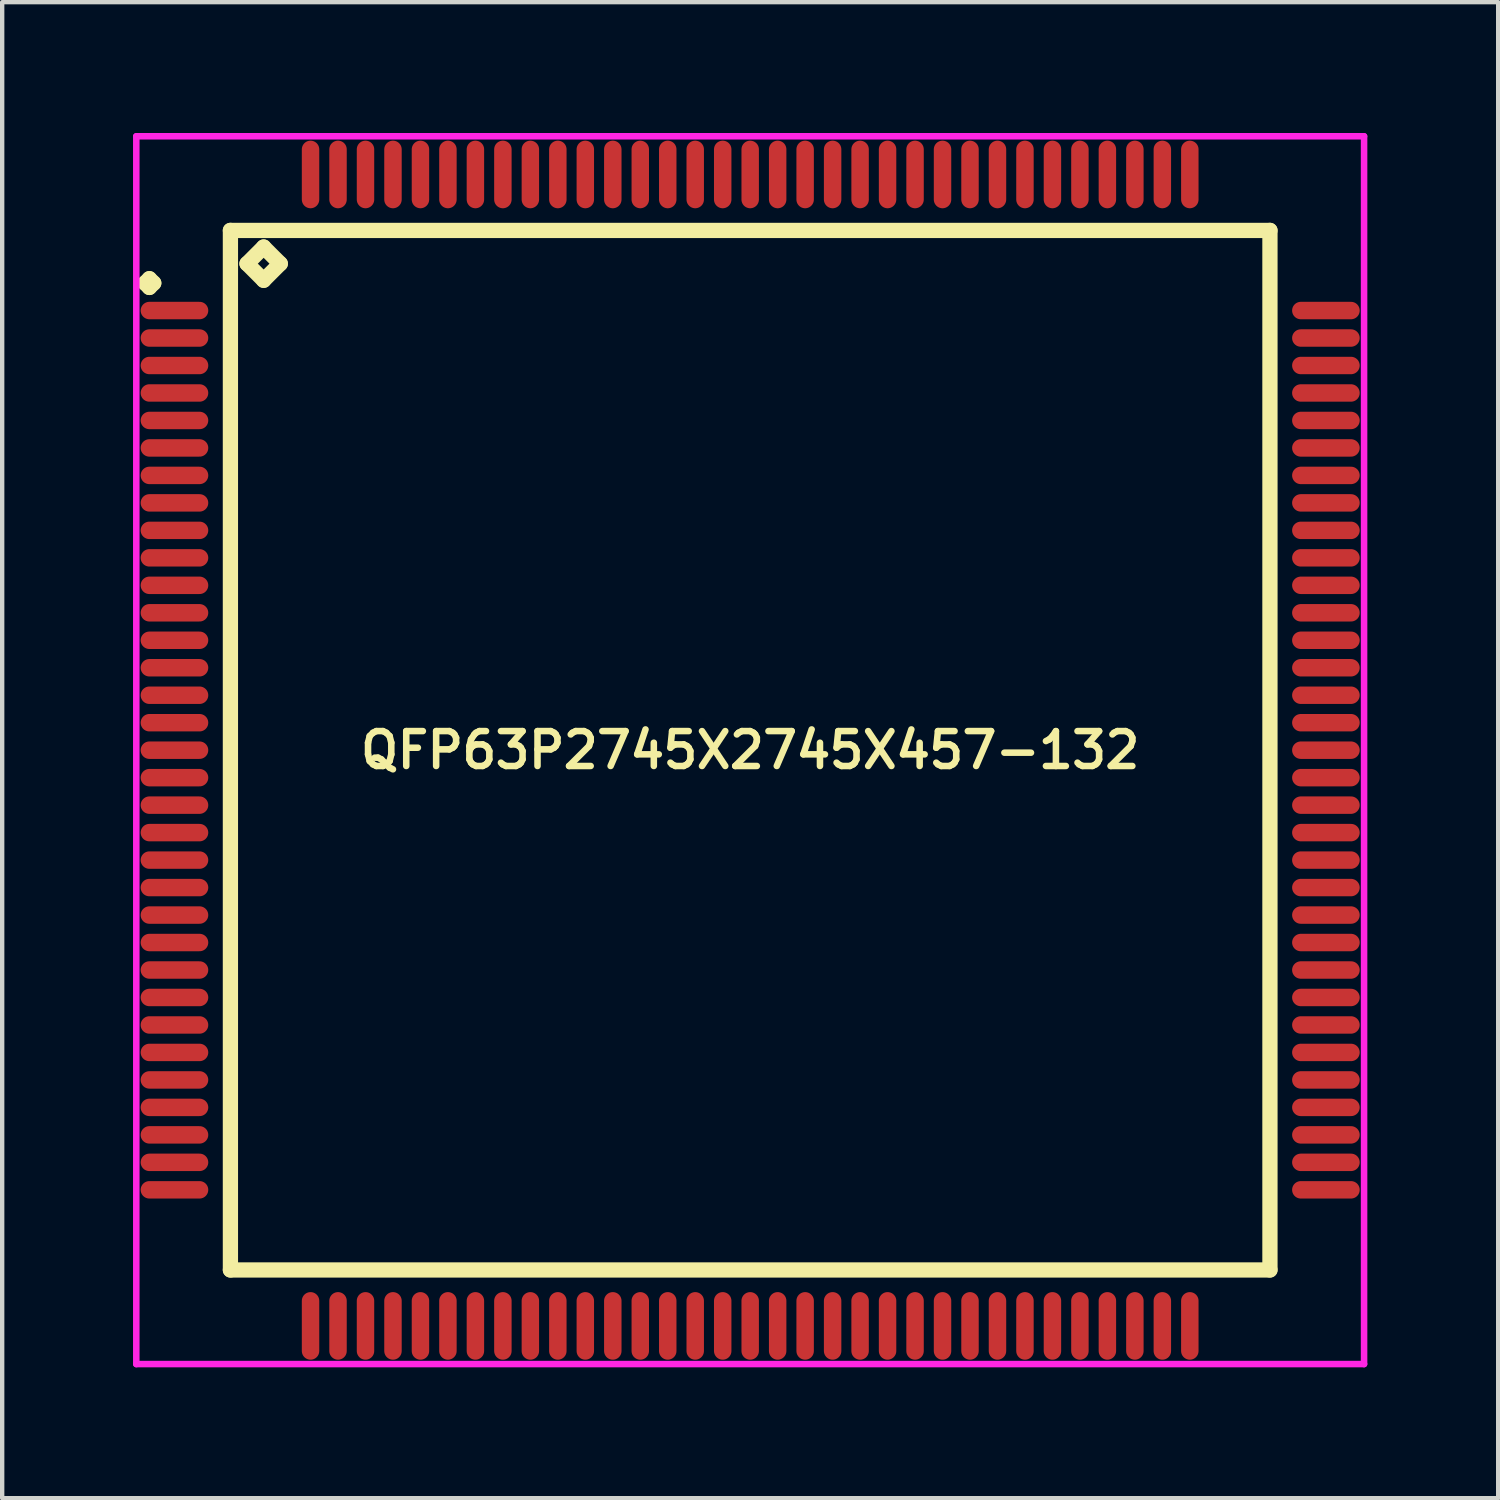
<source format=kicad_pcb>
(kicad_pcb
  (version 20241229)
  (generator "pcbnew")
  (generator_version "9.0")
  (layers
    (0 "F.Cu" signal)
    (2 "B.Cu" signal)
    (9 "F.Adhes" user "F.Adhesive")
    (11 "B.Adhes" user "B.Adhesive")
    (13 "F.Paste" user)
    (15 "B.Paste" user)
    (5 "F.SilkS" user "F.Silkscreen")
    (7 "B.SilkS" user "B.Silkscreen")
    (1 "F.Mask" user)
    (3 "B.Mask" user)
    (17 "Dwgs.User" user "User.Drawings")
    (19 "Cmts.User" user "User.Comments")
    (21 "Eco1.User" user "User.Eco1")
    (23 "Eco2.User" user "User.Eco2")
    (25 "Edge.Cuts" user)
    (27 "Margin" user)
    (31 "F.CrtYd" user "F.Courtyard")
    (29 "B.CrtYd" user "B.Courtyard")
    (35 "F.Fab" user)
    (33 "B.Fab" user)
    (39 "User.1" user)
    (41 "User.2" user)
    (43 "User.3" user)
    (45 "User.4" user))
  (footprint "QFP63P2745X2745X457-132"
    (layer "F.Cu")
    (at 14.15 14.15)
    (property "Reference" "QFP63P2745X2745X457-132" (at 0 0 0) (layer "F.SilkS") (effects (font (size 0.8 0.8) (thickness 0.15))))
    (attr through_hole)
    (fp_line (start -13.875 -10.71) (end -13.775 -10.81) (stroke (width 0.35) (type solid)) (layer "F.SilkS"))
    (fp_line (start -13.775 -10.81) (end -13.675 -10.71) (stroke (width 0.35) (type solid)) (layer "F.SilkS"))
    (fp_line (start -13.775 -10.61) (end -13.875 -10.71) (stroke (width 0.35) (type solid)) (layer "F.SilkS"))
    (fp_line (start -13.675 -10.71) (end -13.775 -10.61) (stroke (width 0.35) (type solid)) (layer "F.SilkS"))
    (fp_line (start -11.917 -11.917) (end -11.917 11.917) (stroke (width 0.35) (type solid)) (layer "F.SilkS"))
    (fp_line (start -11.917 11.917) (end 11.917 11.917) (stroke (width 0.35) (type solid)) (layer "F.SilkS"))
    (fp_line (start -11.536 -11.155) (end -11.155 -11.536) (stroke (width 0.35) (type solid)) (layer "F.SilkS"))
    (fp_line (start -11.155 -11.536) (end -10.774 -11.155) (stroke (width 0.35) (type solid)) (layer "F.SilkS"))
    (fp_line (start -11.155 -10.774) (end -11.536 -11.155) (stroke (width 0.35) (type solid)) (layer "F.SilkS"))
    (fp_line (start -10.774 -11.155) (end -11.155 -10.774) (stroke (width 0.35) (type solid)) (layer "F.SilkS"))
    (fp_line (start 11.917 -11.917) (end -11.917 -11.917) (stroke (width 0.35) (type solid)) (layer "F.SilkS"))
    (fp_line (start 11.917 11.917) (end 11.917 -11.917) (stroke (width 0.35) (type solid)) (layer "F.SilkS"))
    (fp_line (start -14.075 -14.075) (end 14.075 -14.075) (stroke (width 0.15) (type solid)) (layer "F.CrtYd"))
    (fp_line (start -14.075 14.075) (end -14.075 -14.075) (stroke (width 0.15) (type solid)) (layer "F.CrtYd"))
    (fp_line (start 14.075 -14.075) (end 14.075 14.075) (stroke (width 0.15) (type solid)) (layer "F.CrtYd"))
    (fp_line (start 14.075 14.075) (end -14.075 14.075) (stroke (width 0.15) (type solid)) (layer "F.CrtYd"))
    (pad "1" smd oval (at -13.2 -10.08) (size 1.55 0.4) (layers "F.Cu" "F.Mask" "F.Paste"))
    (pad "2" smd oval (at -13.2 -9.45) (size 1.55 0.4) (layers "F.Cu" "F.Mask" "F.Paste"))
    (pad "3" smd oval (at -13.2 -8.82) (size 1.55 0.4) (layers "F.Cu" "F.Mask" "F.Paste"))
    (pad "4" smd oval (at -13.2 -8.19) (size 1.55 0.4) (layers "F.Cu" "F.Mask" "F.Paste"))
    (pad "5" smd oval (at -13.2 -7.56) (size 1.55 0.4) (layers "F.Cu" "F.Mask" "F.Paste"))
    (pad "6" smd oval (at -13.2 -6.93) (size 1.55 0.4) (layers "F.Cu" "F.Mask" "F.Paste"))
    (pad "7" smd oval (at -13.2 -6.3) (size 1.55 0.4) (layers "F.Cu" "F.Mask" "F.Paste"))
    (pad "8" smd oval (at -13.2 -5.67) (size 1.55 0.4) (layers "F.Cu" "F.Mask" "F.Paste"))
    (pad "9" smd oval (at -13.2 -5.04) (size 1.55 0.4) (layers "F.Cu" "F.Mask" "F.Paste"))
    (pad "10" smd oval (at -13.2 -4.41) (size 1.55 0.4) (layers "F.Cu" "F.Mask" "F.Paste"))
    (pad "11" smd oval (at -13.2 -3.78) (size 1.55 0.4) (layers "F.Cu" "F.Mask" "F.Paste"))
    (pad "12" smd oval (at -13.2 -3.15) (size 1.55 0.4) (layers "F.Cu" "F.Mask" "F.Paste"))
    (pad "13" smd oval (at -13.2 -2.52) (size 1.55 0.4) (layers "F.Cu" "F.Mask" "F.Paste"))
    (pad "14" smd oval (at -13.2 -1.89) (size 1.55 0.4) (layers "F.Cu" "F.Mask" "F.Paste"))
    (pad "15" smd oval (at -13.2 -1.26) (size 1.55 0.4) (layers "F.Cu" "F.Mask" "F.Paste"))
    (pad "16" smd oval (at -13.2 -0.63) (size 1.55 0.4) (layers "F.Cu" "F.Mask" "F.Paste"))
    (pad "17" smd oval (at -13.2 0) (size 1.55 0.4) (layers "F.Cu" "F.Mask" "F.Paste"))
    (pad "18" smd oval (at -13.2 0.63) (size 1.55 0.4) (layers "F.Cu" "F.Mask" "F.Paste"))
    (pad "19" smd oval (at -13.2 1.26) (size 1.55 0.4) (layers "F.Cu" "F.Mask" "F.Paste"))
    (pad "20" smd oval (at -13.2 1.89) (size 1.55 0.4) (layers "F.Cu" "F.Mask" "F.Paste"))
    (pad "21" smd oval (at -13.2 2.52) (size 1.55 0.4) (layers "F.Cu" "F.Mask" "F.Paste"))
    (pad "22" smd oval (at -13.2 3.15) (size 1.55 0.4) (layers "F.Cu" "F.Mask" "F.Paste"))
    (pad "23" smd oval (at -13.2 3.78) (size 1.55 0.4) (layers "F.Cu" "F.Mask" "F.Paste"))
    (pad "24" smd oval (at -13.2 4.41) (size 1.55 0.4) (layers "F.Cu" "F.Mask" "F.Paste"))
    (pad "25" smd oval (at -13.2 5.04) (size 1.55 0.4) (layers "F.Cu" "F.Mask" "F.Paste"))
    (pad "26" smd oval (at -13.2 5.67) (size 1.55 0.4) (layers "F.Cu" "F.Mask" "F.Paste"))
    (pad "27" smd oval (at -13.2 6.3) (size 1.55 0.4) (layers "F.Cu" "F.Mask" "F.Paste"))
    (pad "28" smd oval (at -13.2 6.93) (size 1.55 0.4) (layers "F.Cu" "F.Mask" "F.Paste"))
    (pad "29" smd oval (at -13.2 7.56) (size 1.55 0.4) (layers "F.Cu" "F.Mask" "F.Paste"))
    (pad "30" smd oval (at -13.2 8.19) (size 1.55 0.4) (layers "F.Cu" "F.Mask" "F.Paste"))
    (pad "31" smd oval (at -13.2 8.82) (size 1.55 0.4) (layers "F.Cu" "F.Mask" "F.Paste"))
    (pad "32" smd oval (at -13.2 9.45) (size 1.55 0.4) (layers "F.Cu" "F.Mask" "F.Paste"))
    (pad "33" smd oval (at -13.2 10.08) (size 1.55 0.4) (layers "F.Cu" "F.Mask" "F.Paste"))
    (pad "34" smd oval (at -10.08 13.2) (size 0.4 1.55) (layers "F.Cu" "F.Mask" "F.Paste"))
    (pad "35" smd oval (at -9.45 13.2) (size 0.4 1.55) (layers "F.Cu" "F.Mask" "F.Paste"))
    (pad "36" smd oval (at -8.82 13.2) (size 0.4 1.55) (layers "F.Cu" "F.Mask" "F.Paste"))
    (pad "37" smd oval (at -8.19 13.2) (size 0.4 1.55) (layers "F.Cu" "F.Mask" "F.Paste"))
    (pad "38" smd oval (at -7.56 13.2) (size 0.4 1.55) (layers "F.Cu" "F.Mask" "F.Paste"))
    (pad "39" smd oval (at -6.93 13.2) (size 0.4 1.55) (layers "F.Cu" "F.Mask" "F.Paste"))
    (pad "40" smd oval (at -6.3 13.2) (size 0.4 1.55) (layers "F.Cu" "F.Mask" "F.Paste"))
    (pad "41" smd oval (at -5.67 13.2) (size 0.4 1.55) (layers "F.Cu" "F.Mask" "F.Paste"))
    (pad "42" smd oval (at -5.04 13.2) (size 0.4 1.55) (layers "F.Cu" "F.Mask" "F.Paste"))
    (pad "43" smd oval (at -4.41 13.2) (size 0.4 1.55) (layers "F.Cu" "F.Mask" "F.Paste"))
    (pad "44" smd oval (at -3.78 13.2) (size 0.4 1.55) (layers "F.Cu" "F.Mask" "F.Paste"))
    (pad "45" smd oval (at -3.15 13.2) (size 0.4 1.55) (layers "F.Cu" "F.Mask" "F.Paste"))
    (pad "46" smd oval (at -2.52 13.2) (size 0.4 1.55) (layers "F.Cu" "F.Mask" "F.Paste"))
    (pad "47" smd oval (at -1.89 13.2) (size 0.4 1.55) (layers "F.Cu" "F.Mask" "F.Paste"))
    (pad "48" smd oval (at -1.26 13.2) (size 0.4 1.55) (layers "F.Cu" "F.Mask" "F.Paste"))
    (pad "49" smd oval (at -0.63 13.2) (size 0.4 1.55) (layers "F.Cu" "F.Mask" "F.Paste"))
    (pad "50" smd oval (at 0 13.2) (size 0.4 1.55) (layers "F.Cu" "F.Mask" "F.Paste"))
    (pad "51" smd oval (at 0.63 13.2) (size 0.4 1.55) (layers "F.Cu" "F.Mask" "F.Paste"))
    (pad "52" smd oval (at 1.26 13.2) (size 0.4 1.55) (layers "F.Cu" "F.Mask" "F.Paste"))
    (pad "53" smd oval (at 1.89 13.2) (size 0.4 1.55) (layers "F.Cu" "F.Mask" "F.Paste"))
    (pad "54" smd oval (at 2.52 13.2) (size 0.4 1.55) (layers "F.Cu" "F.Mask" "F.Paste"))
    (pad "55" smd oval (at 3.15 13.2) (size 0.4 1.55) (layers "F.Cu" "F.Mask" "F.Paste"))
    (pad "56" smd oval (at 3.78 13.2) (size 0.4 1.55) (layers "F.Cu" "F.Mask" "F.Paste"))
    (pad "57" smd oval (at 4.41 13.2) (size 0.4 1.55) (layers "F.Cu" "F.Mask" "F.Paste"))
    (pad "58" smd oval (at 5.04 13.2) (size 0.4 1.55) (layers "F.Cu" "F.Mask" "F.Paste"))
    (pad "59" smd oval (at 5.67 13.2) (size 0.4 1.55) (layers "F.Cu" "F.Mask" "F.Paste"))
    (pad "60" smd oval (at 6.3 13.2) (size 0.4 1.55) (layers "F.Cu" "F.Mask" "F.Paste"))
    (pad "61" smd oval (at 6.93 13.2) (size 0.4 1.55) (layers "F.Cu" "F.Mask" "F.Paste"))
    (pad "62" smd oval (at 7.56 13.2) (size 0.4 1.55) (layers "F.Cu" "F.Mask" "F.Paste"))
    (pad "63" smd oval (at 8.19 13.2) (size 0.4 1.55) (layers "F.Cu" "F.Mask" "F.Paste"))
    (pad "64" smd oval (at 8.82 13.2) (size 0.4 1.55) (layers "F.Cu" "F.Mask" "F.Paste"))
    (pad "65" smd oval (at 9.45 13.2) (size 0.4 1.55) (layers "F.Cu" "F.Mask" "F.Paste"))
    (pad "66" smd oval (at 10.08 13.2) (size 0.4 1.55) (layers "F.Cu" "F.Mask" "F.Paste"))
    (pad "67" smd oval (at 13.2 10.08) (size 1.55 0.4) (layers "F.Cu" "F.Mask" "F.Paste"))
    (pad "68" smd oval (at 13.2 9.45) (size 1.55 0.4) (layers "F.Cu" "F.Mask" "F.Paste"))
    (pad "69" smd oval (at 13.2 8.82) (size 1.55 0.4) (layers "F.Cu" "F.Mask" "F.Paste"))
    (pad "70" smd oval (at 13.2 8.19) (size 1.55 0.4) (layers "F.Cu" "F.Mask" "F.Paste"))
    (pad "71" smd oval (at 13.2 7.56) (size 1.55 0.4) (layers "F.Cu" "F.Mask" "F.Paste"))
    (pad "72" smd oval (at 13.2 6.93) (size 1.55 0.4) (layers "F.Cu" "F.Mask" "F.Paste"))
    (pad "73" smd oval (at 13.2 6.3) (size 1.55 0.4) (layers "F.Cu" "F.Mask" "F.Paste"))
    (pad "74" smd oval (at 13.2 5.67) (size 1.55 0.4) (layers "F.Cu" "F.Mask" "F.Paste"))
    (pad "75" smd oval (at 13.2 5.04) (size 1.55 0.4) (layers "F.Cu" "F.Mask" "F.Paste"))
    (pad "76" smd oval (at 13.2 4.41) (size 1.55 0.4) (layers "F.Cu" "F.Mask" "F.Paste"))
    (pad "77" smd oval (at 13.2 3.78) (size 1.55 0.4) (layers "F.Cu" "F.Mask" "F.Paste"))
    (pad "78" smd oval (at 13.2 3.15) (size 1.55 0.4) (layers "F.Cu" "F.Mask" "F.Paste"))
    (pad "79" smd oval (at 13.2 2.52) (size 1.55 0.4) (layers "F.Cu" "F.Mask" "F.Paste"))
    (pad "80" smd oval (at 13.2 1.89) (size 1.55 0.4) (layers "F.Cu" "F.Mask" "F.Paste"))
    (pad "81" smd oval (at 13.2 1.26) (size 1.55 0.4) (layers "F.Cu" "F.Mask" "F.Paste"))
    (pad "82" smd oval (at 13.2 0.63) (size 1.55 0.4) (layers "F.Cu" "F.Mask" "F.Paste"))
    (pad "83" smd oval (at 13.2 0) (size 1.55 0.4) (layers "F.Cu" "F.Mask" "F.Paste"))
    (pad "84" smd oval (at 13.2 -0.63) (size 1.55 0.4) (layers "F.Cu" "F.Mask" "F.Paste"))
    (pad "85" smd oval (at 13.2 -1.26) (size 1.55 0.4) (layers "F.Cu" "F.Mask" "F.Paste"))
    (pad "86" smd oval (at 13.2 -1.89) (size 1.55 0.4) (layers "F.Cu" "F.Mask" "F.Paste"))
    (pad "87" smd oval (at 13.2 -2.52) (size 1.55 0.4) (layers "F.Cu" "F.Mask" "F.Paste"))
    (pad "88" smd oval (at 13.2 -3.15) (size 1.55 0.4) (layers "F.Cu" "F.Mask" "F.Paste"))
    (pad "89" smd oval (at 13.2 -3.78) (size 1.55 0.4) (layers "F.Cu" "F.Mask" "F.Paste"))
    (pad "90" smd oval (at 13.2 -4.41) (size 1.55 0.4) (layers "F.Cu" "F.Mask" "F.Paste"))
    (pad "91" smd oval (at 13.2 -5.04) (size 1.55 0.4) (layers "F.Cu" "F.Mask" "F.Paste"))
    (pad "92" smd oval (at 13.2 -5.67) (size 1.55 0.4) (layers "F.Cu" "F.Mask" "F.Paste"))
    (pad "93" smd oval (at 13.2 -6.3) (size 1.55 0.4) (layers "F.Cu" "F.Mask" "F.Paste"))
    (pad "94" smd oval (at 13.2 -6.93) (size 1.55 0.4) (layers "F.Cu" "F.Mask" "F.Paste"))
    (pad "95" smd oval (at 13.2 -7.56) (size 1.55 0.4) (layers "F.Cu" "F.Mask" "F.Paste"))
    (pad "96" smd oval (at 13.2 -8.19) (size 1.55 0.4) (layers "F.Cu" "F.Mask" "F.Paste"))
    (pad "97" smd oval (at 13.2 -8.82) (size 1.55 0.4) (layers "F.Cu" "F.Mask" "F.Paste"))
    (pad "98" smd oval (at 13.2 -9.45) (size 1.55 0.4) (layers "F.Cu" "F.Mask" "F.Paste"))
    (pad "99" smd oval (at 13.2 -10.08) (size 1.55 0.4) (layers "F.Cu" "F.Mask" "F.Paste"))
    (pad "100" smd oval (at 10.08 -13.2) (size 0.4 1.55) (layers "F.Cu" "F.Mask" "F.Paste"))
    (pad "101" smd oval (at 9.45 -13.2) (size 0.4 1.55) (layers "F.Cu" "F.Mask" "F.Paste"))
    (pad "102" smd oval (at 8.82 -13.2) (size 0.4 1.55) (layers "F.Cu" "F.Mask" "F.Paste"))
    (pad "103" smd oval (at 8.19 -13.2) (size 0.4 1.55) (layers "F.Cu" "F.Mask" "F.Paste"))
    (pad "104" smd oval (at 7.56 -13.2) (size 0.4 1.55) (layers "F.Cu" "F.Mask" "F.Paste"))
    (pad "105" smd oval (at 6.93 -13.2) (size 0.4 1.55) (layers "F.Cu" "F.Mask" "F.Paste"))
    (pad "106" smd oval (at 6.3 -13.2) (size 0.4 1.55) (layers "F.Cu" "F.Mask" "F.Paste"))
    (pad "107" smd oval (at 5.67 -13.2) (size 0.4 1.55) (layers "F.Cu" "F.Mask" "F.Paste"))
    (pad "108" smd oval (at 5.04 -13.2) (size 0.4 1.55) (layers "F.Cu" "F.Mask" "F.Paste"))
    (pad "109" smd oval (at 4.41 -13.2) (size 0.4 1.55) (layers "F.Cu" "F.Mask" "F.Paste"))
    (pad "110" smd oval (at 3.78 -13.2) (size 0.4 1.55) (layers "F.Cu" "F.Mask" "F.Paste"))
    (pad "111" smd oval (at 3.15 -13.2) (size 0.4 1.55) (layers "F.Cu" "F.Mask" "F.Paste"))
    (pad "112" smd oval (at 2.52 -13.2) (size 0.4 1.55) (layers "F.Cu" "F.Mask" "F.Paste"))
    (pad "113" smd oval (at 1.89 -13.2) (size 0.4 1.55) (layers "F.Cu" "F.Mask" "F.Paste"))
    (pad "114" smd oval (at 1.26 -13.2) (size 0.4 1.55) (layers "F.Cu" "F.Mask" "F.Paste"))
    (pad "115" smd oval (at 0.63 -13.2) (size 0.4 1.55) (layers "F.Cu" "F.Mask" "F.Paste"))
    (pad "116" smd oval (at 0 -13.2) (size 0.4 1.55) (layers "F.Cu" "F.Mask" "F.Paste"))
    (pad "117" smd oval (at -0.63 -13.2) (size 0.4 1.55) (layers "F.Cu" "F.Mask" "F.Paste"))
    (pad "118" smd oval (at -1.26 -13.2) (size 0.4 1.55) (layers "F.Cu" "F.Mask" "F.Paste"))
    (pad "119" smd oval (at -1.89 -13.2) (size 0.4 1.55) (layers "F.Cu" "F.Mask" "F.Paste"))
    (pad "120" smd oval (at -2.52 -13.2) (size 0.4 1.55) (layers "F.Cu" "F.Mask" "F.Paste"))
    (pad "121" smd oval (at -3.15 -13.2) (size 0.4 1.55) (layers "F.Cu" "F.Mask" "F.Paste"))
    (pad "122" smd oval (at -3.78 -13.2) (size 0.4 1.55) (layers "F.Cu" "F.Mask" "F.Paste"))
    (pad "123" smd oval (at -4.41 -13.2) (size 0.4 1.55) (layers "F.Cu" "F.Mask" "F.Paste"))
    (pad "124" smd oval (at -5.04 -13.2) (size 0.4 1.55) (layers "F.Cu" "F.Mask" "F.Paste"))
    (pad "125" smd oval (at -5.67 -13.2) (size 0.4 1.55) (layers "F.Cu" "F.Mask" "F.Paste"))
    (pad "126" smd oval (at -6.3 -13.2) (size 0.4 1.55) (layers "F.Cu" "F.Mask" "F.Paste"))
    (pad "127" smd oval (at -6.93 -13.2) (size 0.4 1.55) (layers "F.Cu" "F.Mask" "F.Paste"))
    (pad "128" smd oval (at -7.56 -13.2) (size 0.4 1.55) (layers "F.Cu" "F.Mask" "F.Paste"))
    (pad "129" smd oval (at -8.19 -13.2) (size 0.4 1.55) (layers "F.Cu" "F.Mask" "F.Paste"))
    (pad "130" smd oval (at -8.82 -13.2) (size 0.4 1.55) (layers "F.Cu" "F.Mask" "F.Paste"))
    (pad "131" smd oval (at -9.45 -13.2) (size 0.4 1.55) (layers "F.Cu" "F.Mask" "F.Paste"))
    (pad "132" smd oval (at -10.08 -13.2) (size 0.4 1.55) (layers "F.Cu" "F.Mask" "F.Paste")))
  (gr_rect
    (start -3 -3)
    (end 31.3 31.3)
    (stroke (width 0.1) (type default))
    (fill no)
    (layer "Edge.Cuts")))
</source>
